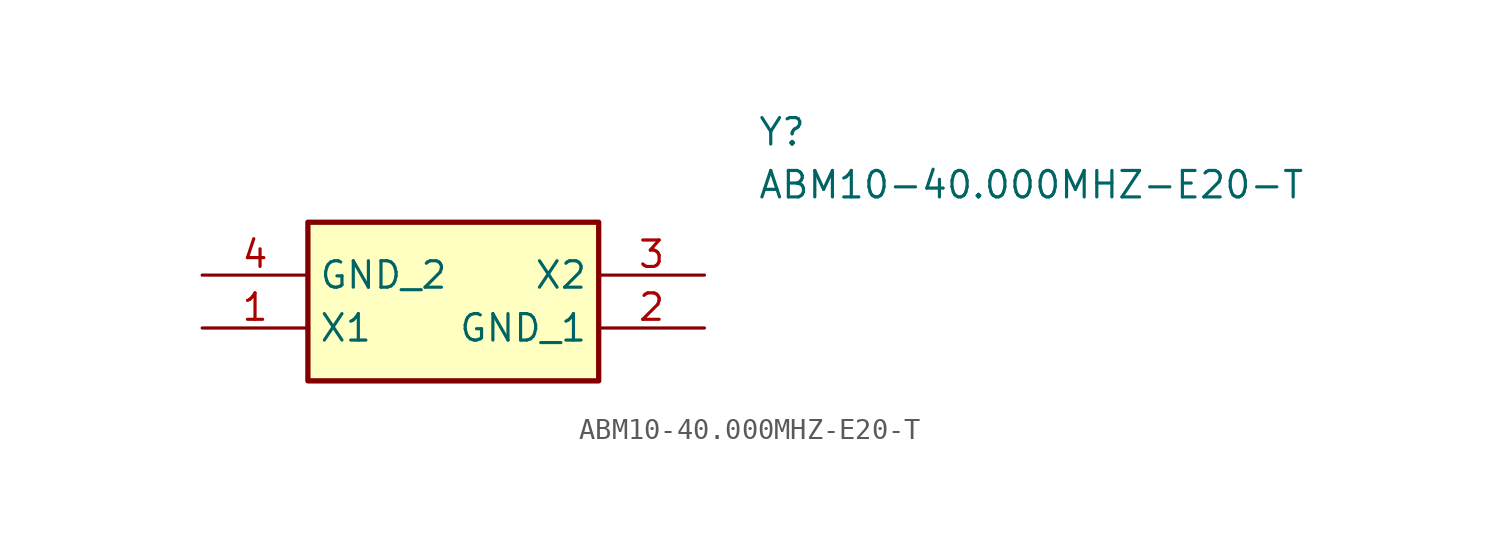
<source format=kicad_sym>
(kicad_symbol_lib
  (version 20241209)
  (generator "kicad_symbol_editor")
  (generator_version "9.0")
  (symbol "ABM10-40.000MHZ-E20-T"
    (property "Reference" "Y"
      (at 26.67 7.62 0)
      (effects (font (size 1.27 1.27)) (justify left top)))
    (property "Value" "ABM10-40.000MHZ-E20-T"
      (at 26.67 5.08 0)
      (effects (font (size 1.27 1.27)) (justify left top)))
    (symbol "ABM10-40.000MHZ-E20-T_1_1"
      (rectangle (start 5.08 2.54) (end 19.05 -5.08) (stroke (width 0.254) (type default)) (fill (type background)))
      (pin passive line (at 0 0 0) (length 5.08) (name "GND_2" (effects (font (size 1.27 1.27)))) (number "4" (effects (font (size 1.27 1.27)))))
      (pin passive line (at 0 -2.54 0) (length 5.08) (name "X1" (effects (font (size 1.27 1.27)))) (number "1" (effects (font (size 1.27 1.27)))))
      (pin passive line (at 24.13 0 180) (length 5.08) (name "X2" (effects (font (size 1.27 1.27)))) (number "3" (effects (font (size 1.27 1.27)))))
      (pin passive line (at 24.13 -2.54 180) (length 5.08) (name "GND_1" (effects (font (size 1.27 1.27)))) (number "2" (effects (font (size 1.27 1.27))))))))
</source>
